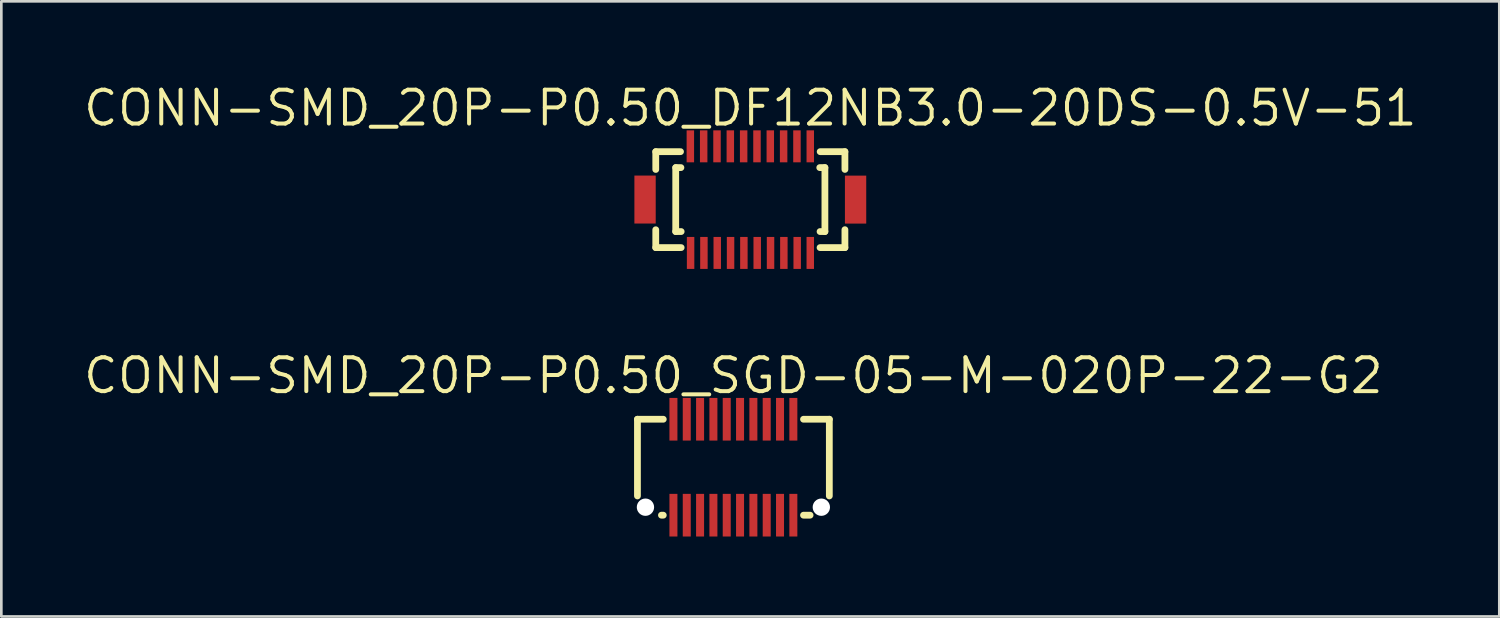
<source format=kicad_pcb>
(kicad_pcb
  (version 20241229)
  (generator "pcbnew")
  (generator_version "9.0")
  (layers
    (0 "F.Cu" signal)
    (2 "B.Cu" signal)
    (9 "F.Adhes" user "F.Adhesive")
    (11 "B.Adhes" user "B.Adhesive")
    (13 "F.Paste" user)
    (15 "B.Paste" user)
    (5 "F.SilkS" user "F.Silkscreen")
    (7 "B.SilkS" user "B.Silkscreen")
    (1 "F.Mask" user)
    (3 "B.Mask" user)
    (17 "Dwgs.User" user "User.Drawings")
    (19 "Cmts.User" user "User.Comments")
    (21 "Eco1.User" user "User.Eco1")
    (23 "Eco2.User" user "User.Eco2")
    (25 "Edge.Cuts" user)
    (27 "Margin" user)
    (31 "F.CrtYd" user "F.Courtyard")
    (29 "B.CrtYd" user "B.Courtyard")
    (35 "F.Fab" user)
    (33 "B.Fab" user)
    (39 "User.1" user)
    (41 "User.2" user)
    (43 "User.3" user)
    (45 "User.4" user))
  (footprint "CONN-SMD_20P-P0.50_SGD-05-M-020P-22-G2"
    (layer "F.Cu")
    (at 24.47 14.482)
    (property "Reference" "CONN-SMD_20P-P0.50_SGD-05-M-020P-22-G2" (at 0 -3.435 0) (layer "F.SilkS") (effects (font (size 1.27 1.27) (thickness 0.15))))
    (fp_line (start -3.6 -1.8) (end -3.6 1.078) (stroke (width 0.254) (type default)) (layer "F.SilkS"))
    (fp_line (start -2.631 -1.8) (end -3.6 -1.8) (stroke (width 0.254) (type default)) (layer "F.SilkS"))
    (fp_line (start -2.631 1.8) (end -2.7 1.8) (stroke (width 0.254) (type default)) (layer "F.SilkS"))
    (fp_line (start 2.878 1.8) (end 2.631 1.8) (stroke (width 0.254) (type default)) (layer "F.SilkS"))
    (fp_line (start 3.6 -1.8) (end 2.631 -1.8) (stroke (width 0.254) (type default)) (layer "F.SilkS"))
    (fp_line (start 3.6 -1.8) (end 3.6 1.078) (stroke (width 0.254) (type default)) (layer "F.SilkS"))
    (fp_circle (center -3.3 1.5) (end -3.175 1.5) (stroke (width 0.25) (type default)) (fill no) (layer "Dwgs.User"))
    (fp_circle (center 3.3 1.5) (end 3.425 1.5) (stroke (width 0.25) (type default)) (fill no) (layer "Dwgs.User"))
    (fp_circle (center -3.6 2.3) (end -3.57 2.3) (stroke (width 0.06) (type default)) (fill no) (layer "User.5"))
    (pad "" np_thru_hole circle (at -3.3 1.5) (size 0.65 0.65) (drill 0.65) (layers "*.Cu" "*.Mask"))
    (pad "" np_thru_hole circle (at 3.3 1.5) (size 0.65 0.65) (drill 0.65) (layers "*.Cu" "*.Mask"))
    (pad "1" smd rect (at -2.25 1.8) (size 0.3 1.6) (layers "F.Cu" "F.Mask" "F.Paste"))
    (pad "2" smd rect (at -2.25 -1.8) (size 0.3 1.6) (layers "F.Cu" "F.Mask" "F.Paste"))
    (pad "3" smd rect (at -1.75 1.8) (size 0.3 1.6) (layers "F.Cu" "F.Mask" "F.Paste"))
    (pad "4" smd rect (at -1.75 -1.8) (size 0.3 1.6) (layers "F.Cu" "F.Mask" "F.Paste"))
    (pad "5" smd rect (at -1.25 1.8) (size 0.3 1.6) (layers "F.Cu" "F.Mask" "F.Paste"))
    (pad "6" smd rect (at -1.25 -1.8) (size 0.3 1.6) (layers "F.Cu" "F.Mask" "F.Paste"))
    (pad "7" smd rect (at -0.75 1.8) (size 0.3 1.6) (layers "F.Cu" "F.Mask" "F.Paste"))
    (pad "8" smd rect (at -0.75 -1.8) (size 0.3 1.6) (layers "F.Cu" "F.Mask" "F.Paste"))
    (pad "9" smd rect (at -0.25 1.8) (size 0.3 1.6) (layers "F.Cu" "F.Mask" "F.Paste"))
    (pad "10" smd rect (at -0.25 -1.8) (size 0.3 1.6) (layers "F.Cu" "F.Mask" "F.Paste"))
    (pad "11" smd rect (at 0.25 1.8) (size 0.3 1.6) (layers "F.Cu" "F.Mask" "F.Paste"))
    (pad "12" smd rect (at 0.25 -1.8) (size 0.3 1.6) (layers "F.Cu" "F.Mask" "F.Paste"))
    (pad "13" smd rect (at 0.75 1.8) (size 0.3 1.6) (layers "F.Cu" "F.Mask" "F.Paste"))
    (pad "14" smd rect (at 0.75 -1.8) (size 0.3 1.6) (layers "F.Cu" "F.Mask" "F.Paste"))
    (pad "15" smd rect (at 1.25 1.8) (size 0.3 1.6) (layers "F.Cu" "F.Mask" "F.Paste"))
    (pad "16" smd rect (at 1.25 -1.8) (size 0.3 1.6) (layers "F.Cu" "F.Mask" "F.Paste"))
    (pad "17" smd rect (at 1.75 1.8) (size 0.3 1.6) (layers "F.Cu" "F.Mask" "F.Paste"))
    (pad "18" smd rect (at 1.75 -1.8) (size 0.3 1.6) (layers "F.Cu" "F.Mask" "F.Paste"))
    (pad "19" smd rect (at 2.25 1.8) (size 0.3 1.6) (layers "F.Cu" "F.Mask" "F.Paste"))
    (pad "20" smd rect (at 2.25 -1.8) (size 0.3 1.6) (layers "F.Cu" "F.Mask" "F.Paste"))
    (zone (net_name "") (layer "User.3") (hatch edge 0.5) (priority 100) (connect_pads yes) (min_thickness 0) (filled_areas_thickness no) (fill yes) (polygon (pts (xy 20.87 16.293) (xy 20.87 12.672) (xy 28.07 12.672) (xy 28.07 16.293))) (filled_polygon (layer "User.3") (island) (pts (xy 20.87 16.293) (xy 20.87 12.672) (xy 28.07 12.672) (xy 28.07 16.293))))
    (zone (net_name "") (layer "User.4") (hatch edge 0.5) (priority 100) (connect_pads yes) (min_thickness 0) (filled_areas_thickness no) (fill yes) (polygon (pts (xy 22.12 12.182) (xy 22.32 12.182) (xy 22.32 13.182) (xy 22.12 13.182))) (filled_polygon (layer "User.4") (island) (pts (xy 22.12 12.182) (xy 22.32 12.182) (xy 22.32 13.182) (xy 22.12 13.182))))
    (zone (net_name "") (layer "User.4") (hatch edge 0.5) (priority 100) (connect_pads yes) (min_thickness 0) (filled_areas_thickness no) (fill yes) (polygon (pts (xy 22.12 15.783) (xy 22.32 15.783) (xy 22.32 16.782) (xy 22.12 16.782))) (filled_polygon (layer "User.4") (island) (pts (xy 22.12 15.783) (xy 22.32 15.783) (xy 22.32 16.782) (xy 22.12 16.782))))
    (zone (net_name "") (layer "User.4") (hatch edge 0.5) (priority 100) (connect_pads yes) (min_thickness 0) (filled_areas_thickness no) (fill yes) (polygon (pts (xy 22.62 12.182) (xy 22.82 12.182) (xy 22.82 13.182) (xy 22.62 13.182))) (filled_polygon (layer "User.4") (island) (pts (xy 22.62 12.182) (xy 22.82 12.182) (xy 22.82 13.182) (xy 22.62 13.182))))
    (zone (net_name "") (layer "User.4") (hatch edge 0.5) (priority 100) (connect_pads yes) (min_thickness 0) (filled_areas_thickness no) (fill yes) (polygon (pts (xy 22.62 15.783) (xy 22.82 15.783) (xy 22.82 16.782) (xy 22.62 16.782))) (filled_polygon (layer "User.4") (island) (pts (xy 22.62 15.783) (xy 22.82 15.783) (xy 22.82 16.782) (xy 22.62 16.782))))
    (zone (net_name "") (layer "User.4") (hatch edge 0.5) (priority 100) (connect_pads yes) (min_thickness 0) (filled_areas_thickness no) (fill yes) (polygon (pts (xy 23.12 12.182) (xy 23.32 12.182) (xy 23.32 13.182) (xy 23.12 13.182))) (filled_polygon (layer "User.4") (island) (pts (xy 23.12 12.182) (xy 23.32 12.182) (xy 23.32 13.182) (xy 23.12 13.182))))
    (zone (net_name "") (layer "User.4") (hatch edge 0.5) (priority 100) (connect_pads yes) (min_thickness 0) (filled_areas_thickness no) (fill yes) (polygon (pts (xy 23.12 15.783) (xy 23.32 15.783) (xy 23.32 16.782) (xy 23.12 16.782))) (filled_polygon (layer "User.4") (island) (pts (xy 23.12 15.783) (xy 23.32 15.783) (xy 23.32 16.782) (xy 23.12 16.782))))
    (zone (net_name "") (layer "User.4") (hatch edge 0.5) (priority 100) (connect_pads yes) (min_thickness 0) (filled_areas_thickness no) (fill yes) (polygon (pts (xy 23.62 12.182) (xy 23.82 12.182) (xy 23.82 13.182) (xy 23.62 13.182))) (filled_polygon (layer "User.4") (island) (pts (xy 23.62 12.182) (xy 23.82 12.182) (xy 23.82 13.182) (xy 23.62 13.182))))
    (zone (net_name "") (layer "User.4") (hatch edge 0.5) (priority 100) (connect_pads yes) (min_thickness 0) (filled_areas_thickness no) (fill yes) (polygon (pts (xy 23.62 15.783) (xy 23.82 15.783) (xy 23.82 16.782) (xy 23.62 16.782))) (filled_polygon (layer "User.4") (island) (pts (xy 23.62 15.783) (xy 23.82 15.783) (xy 23.82 16.782) (xy 23.62 16.782))))
    (zone (net_name "") (layer "User.4") (hatch edge 0.5) (priority 100) (connect_pads yes) (min_thickness 0) (filled_areas_thickness no) (fill yes) (polygon (pts (xy 24.12 12.182) (xy 24.32 12.182) (xy 24.32 13.182) (xy 24.12 13.182))) (filled_polygon (layer "User.4") (island) (pts (xy 24.12 12.182) (xy 24.32 12.182) (xy 24.32 13.182) (xy 24.12 13.182))))
    (zone (net_name "") (layer "User.4") (hatch edge 0.5) (priority 100) (connect_pads yes) (min_thickness 0) (filled_areas_thickness no) (fill yes) (polygon (pts (xy 24.12 15.783) (xy 24.32 15.783) (xy 24.32 16.782) (xy 24.12 16.782))) (filled_polygon (layer "User.4") (island) (pts (xy 24.12 15.783) (xy 24.32 15.783) (xy 24.32 16.782) (xy 24.12 16.782))))
    (zone (net_name "") (layer "User.4") (hatch edge 0.5) (priority 100) (connect_pads yes) (min_thickness 0) (filled_areas_thickness no) (fill yes) (polygon (pts (xy 24.62 12.183) (xy 24.82 12.183) (xy 24.82 13.183) (xy 24.62 13.183))) (filled_polygon (layer "User.4") (island) (pts (xy 24.62 12.183) (xy 24.82 12.183) (xy 24.82 13.183) (xy 24.62 13.183))))
    (zone (net_name "") (layer "User.4") (hatch edge 0.5) (priority 100) (connect_pads yes) (min_thickness 0) (filled_areas_thickness no) (fill yes) (polygon (pts (xy 24.62 15.783) (xy 24.82 15.783) (xy 24.82 16.783) (xy 24.62 16.783))) (filled_polygon (layer "User.4") (island) (pts (xy 24.62 15.783) (xy 24.82 15.783) (xy 24.82 16.783) (xy 24.62 16.783))))
    (zone (net_name "") (layer "User.4") (hatch edge 0.5) (priority 100) (connect_pads yes) (min_thickness 0) (filled_areas_thickness no) (fill yes) (polygon (pts (xy 25.12 12.183) (xy 25.32 12.183) (xy 25.32 13.183) (xy 25.12 13.183))) (filled_polygon (layer "User.4") (island) (pts (xy 25.12 12.183) (xy 25.32 12.183) (xy 25.32 13.183) (xy 25.12 13.183))))
    (zone (net_name "") (layer "User.4") (hatch edge 0.5) (priority 100) (connect_pads yes) (min_thickness 0) (filled_areas_thickness no) (fill yes) (polygon (pts (xy 25.12 15.783) (xy 25.32 15.783) (xy 25.32 16.783) (xy 25.12 16.783))) (filled_polygon (layer "User.4") (island) (pts (xy 25.12 15.783) (xy 25.32 15.783) (xy 25.32 16.783) (xy 25.12 16.783))))
    (zone (net_name "") (layer "User.4") (hatch edge 0.5) (priority 100) (connect_pads yes) (min_thickness 0) (filled_areas_thickness no) (fill yes) (polygon (pts (xy 25.62 12.183) (xy 25.82 12.183) (xy 25.82 13.183) (xy 25.62 13.183))) (filled_polygon (layer "User.4") (island) (pts (xy 25.62 12.183) (xy 25.82 12.183) (xy 25.82 13.183) (xy 25.62 13.183))))
    (zone (net_name "") (layer "User.4") (hatch edge 0.5) (priority 100) (connect_pads yes) (min_thickness 0) (filled_areas_thickness no) (fill yes) (polygon (pts (xy 25.62 15.783) (xy 25.82 15.783) (xy 25.82 16.783) (xy 25.62 16.783))) (filled_polygon (layer "User.4") (island) (pts (xy 25.62 15.783) (xy 25.82 15.783) (xy 25.82 16.783) (xy 25.62 16.783))))
    (zone (net_name "") (layer "User.4") (hatch edge 0.5) (priority 100) (connect_pads yes) (min_thickness 0) (filled_areas_thickness no) (fill yes) (polygon (pts (xy 26.12 12.183) (xy 26.32 12.183) (xy 26.32 13.183) (xy 26.12 13.183))) (filled_polygon (layer "User.4") (island) (pts (xy 26.12 12.183) (xy 26.32 12.183) (xy 26.32 13.183) (xy 26.12 13.183))))
    (zone (net_name "") (layer "User.4") (hatch edge 0.5) (priority 100) (connect_pads yes) (min_thickness 0) (filled_areas_thickness no) (fill yes) (polygon (pts (xy 26.12 15.783) (xy 26.32 15.783) (xy 26.32 16.783) (xy 26.12 16.783))) (filled_polygon (layer "User.4") (island) (pts (xy 26.12 15.783) (xy 26.32 15.783) (xy 26.32 16.783) (xy 26.12 16.783))))
    (zone (net_name "") (layer "User.4") (hatch edge 0.5) (priority 100) (connect_pads yes) (min_thickness 0) (filled_areas_thickness no) (fill yes) (polygon (pts (xy 26.62 12.183) (xy 26.82 12.183) (xy 26.82 13.183) (xy 26.62 13.183))) (filled_polygon (layer "User.4") (island) (pts (xy 26.62 12.183) (xy 26.82 12.183) (xy 26.82 13.183) (xy 26.62 13.183))))
    (zone (net_name "") (layer "User.4") (hatch edge 0.5) (priority 100) (connect_pads yes) (min_thickness 0) (filled_areas_thickness no) (fill yes) (polygon (pts (xy 26.62 15.783) (xy 26.82 15.783) (xy 26.82 16.783) (xy 26.62 16.783))) (filled_polygon (layer "User.4") (island) (pts (xy 26.62 15.783) (xy 26.82 15.783) (xy 26.82 16.783) (xy 26.62 16.783)))))
  (footprint "CONN-SMD_20P-P0.50_DF12NB3.0-20DS-0.5V-51"
    (layer "F.Cu")
    (at 25.105 4.441)
    (property "Reference" "CONN-SMD_20P-P0.50_DF12NB3.0-20DS-0.5V-51" (at 0 -3.435 0) (layer "F.SilkS") (effects (font (size 1.27 1.27) (thickness 0.15))))
    (fp_line (start -3.548 -1.8) (end -2.619 -1.8) (stroke (width 0.254) (type default)) (layer "F.SilkS"))
    (fp_line (start -3.548 -1.132) (end -3.548 -1.8) (stroke (width 0.254) (type default)) (layer "F.SilkS"))
    (fp_line (start -3.548 1.8) (end -3.548 1.13) (stroke (width 0.254) (type default)) (layer "F.SilkS"))
    (fp_line (start -3.548 1.8) (end -2.595 1.8) (stroke (width 0.254) (type default)) (layer "F.SilkS"))
    (fp_line (start -2.799 -1.202) (end -2.799 1.198) (stroke (width 0.254) (type default)) (layer "F.SilkS"))
    (fp_line (start -2.799 -1.202) (end -2.604 -1.202) (stroke (width 0.254) (type default)) (layer "F.SilkS"))
    (fp_line (start -2.595 1.198) (end -2.799 1.198) (stroke (width 0.254) (type default)) (layer "F.SilkS"))
    (fp_line (start 2.606 -1.202) (end 2.799 -1.202) (stroke (width 0.254) (type default)) (layer "F.SilkS"))
    (fp_line (start 2.617 1.8) (end 3.55 1.8) (stroke (width 0.254) (type default)) (layer "F.SilkS"))
    (fp_line (start 2.621 -1.8) (end 3.55 -1.8) (stroke (width 0.254) (type default)) (layer "F.SilkS"))
    (fp_line (start 2.799 -1.202) (end 2.799 1.198) (stroke (width 0.254) (type default)) (layer "F.SilkS"))
    (fp_line (start 2.799 1.198) (end 2.617 1.198) (stroke (width 0.254) (type default)) (layer "F.SilkS"))
    (fp_line (start 3.55 -1.8) (end 3.55 -1.134) (stroke (width 0.254) (type default)) (layer "F.SilkS"))
    (fp_line (start 3.55 1.8) (end 3.55 1.128) (stroke (width 0.254) (type default)) (layer "F.SilkS"))
    (fp_circle (center 4.05 2.3) (end 4.08 2.3) (stroke (width 0.06) (type default)) (fill no) (layer "User.5"))
    (pad "1" smd rect (at 2.25 2 90) (size 1.2 0.28) (layers "F.Cu" "F.Mask" "F.Paste"))
    (pad "2" smd rect (at 2.25 -2 90) (size 1.2 0.28) (layers "F.Cu" "F.Mask" "F.Paste"))
    (pad "3" smd rect (at 1.759 2 90) (size 1.2 0.28) (layers "F.Cu" "F.Mask" "F.Paste"))
    (pad "4" smd rect (at 1.75 -2 90) (size 1.2 0.28) (layers "F.Cu" "F.Mask" "F.Paste"))
    (pad "5" smd rect (at 1.259 2 90) (size 1.2 0.28) (layers "F.Cu" "F.Mask" "F.Paste"))
    (pad "6" smd rect (at 1.25 -2 90) (size 1.2 0.28) (layers "F.Cu" "F.Mask" "F.Paste"))
    (pad "7" smd rect (at 0.759 2 90) (size 1.2 0.28) (layers "F.Cu" "F.Mask" "F.Paste"))
    (pad "8" smd rect (at 0.75 -2 90) (size 1.2 0.28) (layers "F.Cu" "F.Mask" "F.Paste"))
    (pad "9" smd rect (at 0.259 2 90) (size 1.2 0.28) (layers "F.Cu" "F.Mask" "F.Paste"))
    (pad "10" smd rect (at 0.25 -2 90) (size 1.2 0.28) (layers "F.Cu" "F.Mask" "F.Paste"))
    (pad "11" smd rect (at -0.241 2 90) (size 1.2 0.28) (layers "F.Cu" "F.Mask" "F.Paste"))
    (pad "12" smd rect (at -0.25 -2 90) (size 1.2 0.28) (layers "F.Cu" "F.Mask" "F.Paste"))
    (pad "13" smd rect (at -0.741 2 90) (size 1.2 0.28) (layers "F.Cu" "F.Mask" "F.Paste"))
    (pad "14" smd rect (at -0.75 -2 90) (size 1.2 0.28) (layers "F.Cu" "F.Mask" "F.Paste"))
    (pad "15" smd rect (at -1.241 2 90) (size 1.2 0.28) (layers "F.Cu" "F.Mask" "F.Paste"))
    (pad "16" smd rect (at -1.25 -2 90) (size 1.2 0.28) (layers "F.Cu" "F.Mask" "F.Paste"))
    (pad "17" smd rect (at -1.741 2 90) (size 1.2 0.28) (layers "F.Cu" "F.Mask" "F.Paste"))
    (pad "18" smd rect (at -1.75 -2 90) (size 1.2 0.28) (layers "F.Cu" "F.Mask" "F.Paste"))
    (pad "19" smd rect (at -2.241 2 90) (size 1.2 0.28) (layers "F.Cu" "F.Mask" "F.Paste"))
    (pad "20" smd rect (at -2.25 -2 90) (size 1.2 0.28) (layers "F.Cu" "F.Mask" "F.Paste"))
    (pad "21" smd rect (at -3.95 -0.003 180) (size 0.8 1.8) (layers "F.Cu" "F.Mask" "F.Paste"))
    (pad "22" smd rect (at 3.95 -0.001) (size 0.8 1.8) (layers "F.Cu" "F.Mask" "F.Paste"))
    (zone (net_name "") (layer "F.SilkS") (hatch edge 0.5) (priority 100) (connect_pads yes) (min_thickness 0) (filled_areas_thickness no) (fill yes) (polygon (pts (xy 27.605 6.941) (xy 28.105 6.941) (xy 27.855 6.441))) (filled_polygon (layer "F.SilkS") (island) (pts (xy 27.605 6.941) (xy 28.105 6.941) (xy 27.855 6.441))))
    (zone (net_name "") (layer "User.3") (hatch edge 0.5) (priority 100) (connect_pads yes) (min_thickness 0) (filled_areas_thickness no) (fill yes) (polygon (pts (xy 21.555 6.241) (xy 21.555 2.641) (xy 28.655 2.641) (xy 28.655 6.241))) (filled_polygon (layer "User.3") (island) (pts (xy 21.555 6.241) (xy 21.555 2.641) (xy 28.655 2.641) (xy 28.655 6.241))))
    (zone (net_name "") (layer "User.4") (hatch edge 0.5) (priority 100) (connect_pads yes) (min_thickness 0) (filled_areas_thickness no) (fill yes) (polygon (pts (xy 21.605 5.188) (xy 21.055 5.188) (xy 21.055 3.688) (xy 21.605 3.688))) (filled_polygon (layer "User.4") (island) (pts (xy 21.605 5.188) (xy 21.055 5.188) (xy 21.055 3.688) (xy 21.605 3.688))))
    (zone (net_name "") (layer "User.4") (hatch edge 0.5) (priority 100) (connect_pads yes) (min_thickness 0) (filled_areas_thickness no) (fill yes) (polygon (pts (xy 22.955 2.141) (xy 22.955 2.941) (xy 22.755 2.941) (xy 22.755 2.141))) (filled_polygon (layer "User.4") (island) (pts (xy 22.955 2.141) (xy 22.955 2.941) (xy 22.755 2.941) (xy 22.755 2.141))))
    (zone (net_name "") (layer "User.4") (hatch edge 0.5) (priority 100) (connect_pads yes) (min_thickness 0) (filled_areas_thickness no) (fill yes) (polygon (pts (xy 22.964 5.941) (xy 22.964 6.741) (xy 22.764 6.741) (xy 22.764 5.941))) (filled_polygon (layer "User.4") (island) (pts (xy 22.964 5.941) (xy 22.964 6.741) (xy 22.764 6.741) (xy 22.764 5.941))))
    (zone (net_name "") (layer "User.4") (hatch edge 0.5) (priority 100) (connect_pads yes) (min_thickness 0) (filled_areas_thickness no) (fill yes) (polygon (pts (xy 23.455 2.141) (xy 23.455 2.941) (xy 23.255 2.941) (xy 23.255 2.141))) (filled_polygon (layer "User.4") (island) (pts (xy 23.455 2.141) (xy 23.455 2.941) (xy 23.255 2.941) (xy 23.255 2.141))))
    (zone (net_name "") (layer "User.4") (hatch edge 0.5) (priority 100) (connect_pads yes) (min_thickness 0) (filled_areas_thickness no) (fill yes) (polygon (pts (xy 23.464 5.941) (xy 23.464 6.741) (xy 23.264 6.741) (xy 23.264 5.941))) (filled_polygon (layer "User.4") (island) (pts (xy 23.464 5.941) (xy 23.464 6.741) (xy 23.264 6.741) (xy 23.264 5.941))))
    (zone (net_name "") (layer "User.4") (hatch edge 0.5) (priority 100) (connect_pads yes) (min_thickness 0) (filled_areas_thickness no) (fill yes) (polygon (pts (xy 23.955 2.141) (xy 23.955 2.941) (xy 23.755 2.941) (xy 23.755 2.141))) (filled_polygon (layer "User.4") (island) (pts (xy 23.955 2.141) (xy 23.955 2.941) (xy 23.755 2.941) (xy 23.755 2.141))))
    (zone (net_name "") (layer "User.4") (hatch edge 0.5) (priority 100) (connect_pads yes) (min_thickness 0) (filled_areas_thickness no) (fill yes) (polygon (pts (xy 23.964 5.941) (xy 23.964 6.741) (xy 23.764 6.741) (xy 23.764 5.941))) (filled_polygon (layer "User.4") (island) (pts (xy 23.964 5.941) (xy 23.964 6.741) (xy 23.764 6.741) (xy 23.764 5.941))))
    (zone (net_name "") (layer "User.4") (hatch edge 0.5) (priority 100) (connect_pads yes) (min_thickness 0) (filled_areas_thickness no) (fill yes) (polygon (pts (xy 24.455 2.141) (xy 24.455 2.941) (xy 24.255 2.941) (xy 24.255 2.141))) (filled_polygon (layer "User.4") (island) (pts (xy 24.455 2.141) (xy 24.455 2.941) (xy 24.255 2.941) (xy 24.255 2.141))))
    (zone (net_name "") (layer "User.4") (hatch edge 0.5) (priority 100) (connect_pads yes) (min_thickness 0) (filled_areas_thickness no) (fill yes) (polygon (pts (xy 24.464 5.941) (xy 24.464 6.741) (xy 24.264 6.741) (xy 24.264 5.941))) (filled_polygon (layer "User.4") (island) (pts (xy 24.464 5.941) (xy 24.464 6.741) (xy 24.264 6.741) (xy 24.264 5.941))))
    (zone (net_name "") (layer "User.4") (hatch edge 0.5) (priority 100) (connect_pads yes) (min_thickness 0) (filled_areas_thickness no) (fill yes) (polygon (pts (xy 24.955 2.141) (xy 24.955 2.941) (xy 24.755 2.941) (xy 24.755 2.141))) (filled_polygon (layer "User.4") (island) (pts (xy 24.955 2.141) (xy 24.955 2.941) (xy 24.755 2.941) (xy 24.755 2.141))))
    (zone (net_name "") (layer "User.4") (hatch edge 0.5) (priority 100) (connect_pads yes) (min_thickness 0) (filled_areas_thickness no) (fill yes) (polygon (pts (xy 24.964 5.941) (xy 24.964 6.741) (xy 24.764 6.741) (xy 24.764 5.941))) (filled_polygon (layer "User.4") (island) (pts (xy 24.964 5.941) (xy 24.964 6.741) (xy 24.764 6.741) (xy 24.764 5.941))))
    (zone (net_name "") (layer "User.4") (hatch edge 0.5) (priority 100) (connect_pads yes) (min_thickness 0) (filled_areas_thickness no) (fill yes) (polygon (pts (xy 25.455 2.141) (xy 25.455 2.941) (xy 25.255 2.941) (xy 25.255 2.141))) (filled_polygon (layer "User.4") (island) (pts (xy 25.455 2.141) (xy 25.455 2.941) (xy 25.255 2.941) (xy 25.255 2.141))))
    (zone (net_name "") (layer "User.4") (hatch edge 0.5) (priority 100) (connect_pads yes) (min_thickness 0) (filled_areas_thickness no) (fill yes) (polygon (pts (xy 25.464 5.941) (xy 25.464 6.741) (xy 25.264 6.741) (xy 25.264 5.941))) (filled_polygon (layer "User.4") (island) (pts (xy 25.464 5.941) (xy 25.464 6.741) (xy 25.264 6.741) (xy 25.264 5.941))))
    (zone (net_name "") (layer "User.4") (hatch edge 0.5) (priority 100) (connect_pads yes) (min_thickness 0) (filled_areas_thickness no) (fill yes) (polygon (pts (xy 25.955 2.141) (xy 25.955 2.941) (xy 25.755 2.941) (xy 25.755 2.141))) (filled_polygon (layer "User.4") (island) (pts (xy 25.955 2.141) (xy 25.955 2.941) (xy 25.755 2.941) (xy 25.755 2.141))))
    (zone (net_name "") (layer "User.4") (hatch edge 0.5) (priority 100) (connect_pads yes) (min_thickness 0) (filled_areas_thickness no) (fill yes) (polygon (pts (xy 25.964 5.941) (xy 25.964 6.741) (xy 25.764 6.741) (xy 25.764 5.941))) (filled_polygon (layer "User.4") (island) (pts (xy 25.964 5.941) (xy 25.964 6.741) (xy 25.764 6.741) (xy 25.764 5.941))))
    (zone (net_name "") (layer "User.4") (hatch edge 0.5) (priority 100) (connect_pads yes) (min_thickness 0) (filled_areas_thickness no) (fill yes) (polygon (pts (xy 26.455 2.141) (xy 26.455 2.941) (xy 26.255 2.941) (xy 26.255 2.141))) (filled_polygon (layer "User.4") (island) (pts (xy 26.455 2.141) (xy 26.455 2.941) (xy 26.255 2.941) (xy 26.255 2.141))))
    (zone (net_name "") (layer "User.4") (hatch edge 0.5) (priority 100) (connect_pads yes) (min_thickness 0) (filled_areas_thickness no) (fill yes) (polygon (pts (xy 26.464 5.941) (xy 26.464 6.741) (xy 26.264 6.741) (xy 26.264 5.941))) (filled_polygon (layer "User.4") (island) (pts (xy 26.464 5.941) (xy 26.464 6.741) (xy 26.264 6.741) (xy 26.264 5.941))))
    (zone (net_name "") (layer "User.4") (hatch edge 0.5) (priority 100) (connect_pads yes) (min_thickness 0) (filled_areas_thickness no) (fill yes) (polygon (pts (xy 26.955 2.141) (xy 26.955 2.941) (xy 26.755 2.941) (xy 26.755 2.141))) (filled_polygon (layer "User.4") (island) (pts (xy 26.955 2.141) (xy 26.955 2.941) (xy 26.755 2.941) (xy 26.755 2.141))))
    (zone (net_name "") (layer "User.4") (hatch edge 0.5) (priority 100) (connect_pads yes) (min_thickness 0) (filled_areas_thickness no) (fill yes) (polygon (pts (xy 26.964 5.941) (xy 26.964 6.741) (xy 26.764 6.741) (xy 26.764 5.941))) (filled_polygon (layer "User.4") (island) (pts (xy 26.964 5.941) (xy 26.964 6.741) (xy 26.764 6.741) (xy 26.764 5.941))))
    (zone (net_name "") (layer "User.4") (hatch edge 0.5) (priority 100) (connect_pads yes) (min_thickness 0) (filled_areas_thickness no) (fill yes) (polygon (pts (xy 27.455 2.141) (xy 27.455 2.941) (xy 27.255 2.941) (xy 27.255 2.141))) (filled_polygon (layer "User.4") (island) (pts (xy 27.455 2.141) (xy 27.455 2.941) (xy 27.255 2.941) (xy 27.255 2.141))))
    (zone (net_name "") (layer "User.4") (hatch edge 0.5) (priority 100) (connect_pads yes) (min_thickness 0) (filled_areas_thickness no) (fill yes) (polygon (pts (xy 27.455 5.941) (xy 27.455 6.741) (xy 27.255 6.741) (xy 27.255 5.941))) (filled_polygon (layer "User.4") (island) (pts (xy 27.455 5.941) (xy 27.455 6.741) (xy 27.255 6.741) (xy 27.255 5.941))))
    (zone (net_name "") (layer "User.4") (hatch edge 0.5) (priority 100) (connect_pads yes) (min_thickness 0) (filled_areas_thickness no) (fill yes) (polygon (pts (xy 28.605 3.69) (xy 29.155 3.69) (xy 29.155 5.19) (xy 28.605 5.19))) (filled_polygon (layer "User.4") (island) (pts (xy 28.605 3.69) (xy 29.155 3.69) (xy 29.155 5.19) (xy 28.605 5.19)))))
  (gr_rect
    (start -3 -3)
    (end 53.21 20.083)
    (stroke (width 0.1) (type default))
    (fill no)
    (layer "Edge.Cuts")))
</source>
